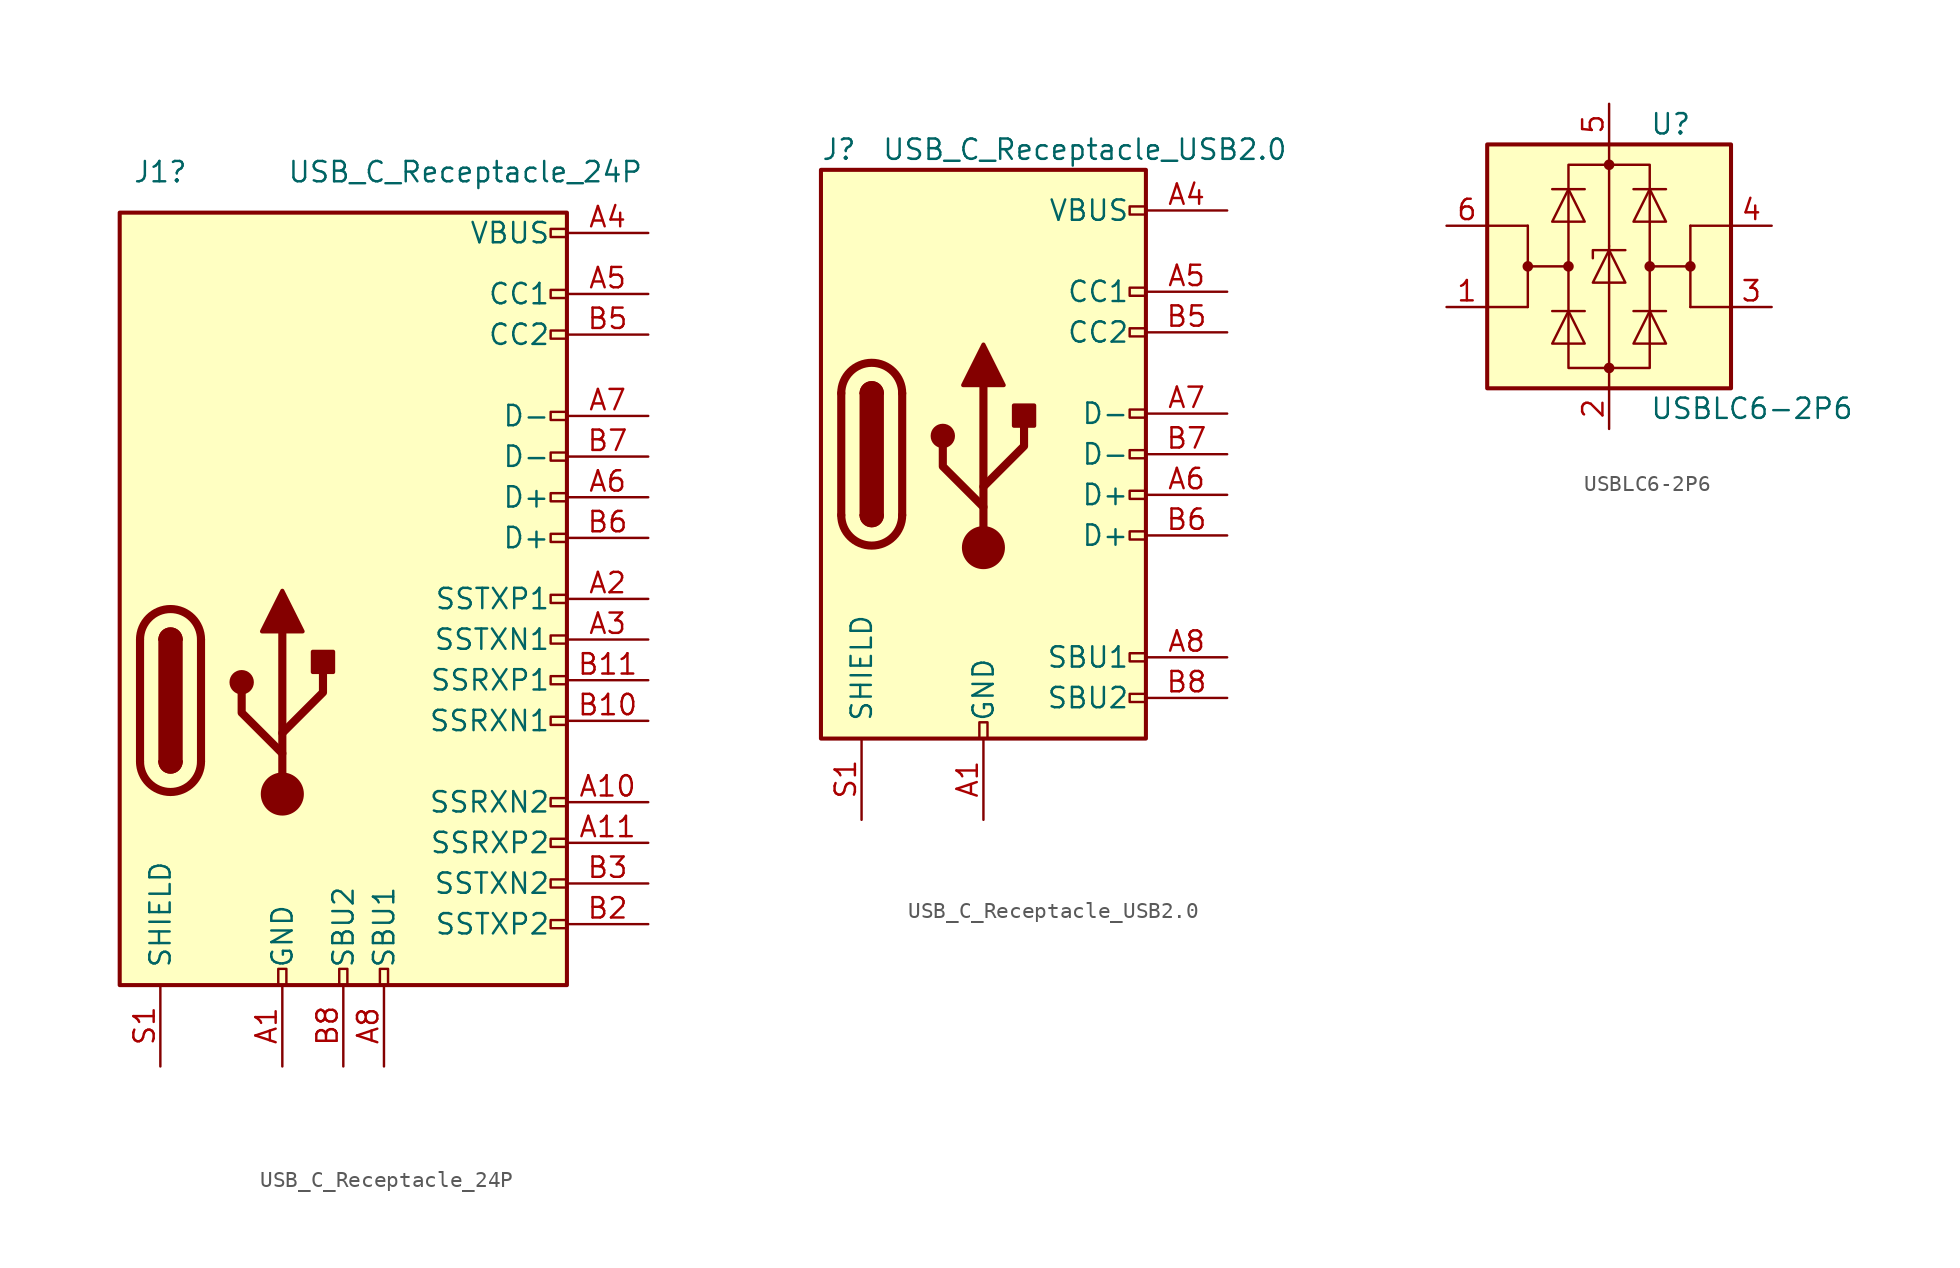
<source format=kicad_sym>
(kicad_symbol_lib
  (version 20220914)
  (generator kicad_symbol_editor)
  (symbol "USB_C_Receptacle_24P"
    (pin_names
      (offset 1.016))
    (property "Reference" "J1"
      (at -7.62 33.02 0)
      (effects (font (size 1.27 1.27))))
    (property "Value" "USB_C_Receptacle_24P"
      (at 11.43 33.02 0)
      (effects (font (size 1.27 1.27))))
    (symbol "USB_C_Receptacle_24P_0_0"
      (rectangle (start -0.254 -17.78) (end 0.254 -16.764) (stroke (width 0) (type default)) (fill (type none)))
      (rectangle (start 4.064 -17.78) (end 3.556 -16.764) (stroke (width 0) (type default)) (fill (type none)))
      (rectangle (start 6.604 -17.78) (end 6.096 -16.764) (stroke (width 0) (type default)) (fill (type none)))
      (rectangle (start 16.764 -13.716) (end 17.78 -14.224) (stroke (width 0) (type default)) (fill (type none)))
      (rectangle (start 16.764 -11.176) (end 17.78 -11.684) (stroke (width 0) (type default)) (fill (type none)))
      (rectangle (start 16.764 -8.636) (end 17.78 -9.144) (stroke (width 0) (type default)) (fill (type none)))
      (rectangle (start 16.764 -6.096) (end 17.78 -6.604) (stroke (width 0) (type default)) (fill (type none)))
      (rectangle (start 17.78 -1.016) (end 16.764 -1.524) (stroke (width 0) (type default)) (fill (type none)))
      (rectangle (start 17.78 1.524) (end 16.764 1.016) (stroke (width 0) (type default)) (fill (type none)))
      (rectangle (start 17.78 4.064) (end 16.764 3.556) (stroke (width 0) (type default)) (fill (type none)))
      (rectangle (start 17.78 6.604) (end 16.764 6.096) (stroke (width 0) (type default)) (fill (type none)))
      (rectangle (start 17.78 10.414) (end 16.764 9.906) (stroke (width 0) (type default)) (fill (type none)))
      (rectangle (start 17.78 12.954) (end 16.764 12.446) (stroke (width 0) (type default)) (fill (type none)))
      (rectangle (start 17.78 15.494) (end 16.764 14.986) (stroke (width 0) (type default)) (fill (type none)))
      (rectangle (start 17.78 18.034) (end 16.764 17.526) (stroke (width 0) (type default)) (fill (type none)))
      (rectangle (start 17.78 23.114) (end 16.764 22.606) (stroke (width 0) (type default)) (fill (type none)))
      (rectangle (start 17.78 25.654) (end 16.764 25.146) (stroke (width 0) (type default)) (fill (type none)))
      (rectangle (start 17.78 29.464) (end 16.764 28.956) (stroke (width 0) (type default)) (fill (type none))))
    (symbol "USB_C_Receptacle_24P_0_1"
      (rectangle (start -10.16 30.48) (end 17.78 -17.78) (stroke (width 0.254) (type default)) (fill (type background)))
      (arc (start -8.89 -3.81) (mid -6.985 -5.7067) (end -5.08 -3.81) (stroke (width 0.508) (type default)) (fill (type none)))
      (arc (start -7.62 -3.81) (mid -6.985 -4.4423) (end -6.35 -3.81) (stroke (width 0.254) (type default)) (fill (type none)))
      (arc (start -7.62 -3.81) (mid -6.985 -4.4423) (end -6.35 -3.81) (stroke (width 0.254) (type default)) (fill (type outline)))
      (rectangle (start -7.62 -3.81) (end -6.35 3.81) (stroke (width 0.254) (type default)) (fill (type outline)))
      (arc (start -6.35 3.81) (mid -6.985 4.4423) (end -7.62 3.81) (stroke (width 0.254) (type default)) (fill (type none)))
      (arc (start -6.35 3.81) (mid -6.985 4.4423) (end -7.62 3.81) (stroke (width 0.254) (type default)) (fill (type outline)))
      (arc (start -5.08 3.81) (mid -6.985 5.7067) (end -8.89 3.81) (stroke (width 0.508) (type default)) (fill (type none)))
      (circle (center -2.54 1.143) (radius 0.635) (stroke (width 0.254) (type default)) (fill (type outline)))
      (circle (center 0 -5.842) (radius 1.27) (stroke (width 0) (type default)) (fill (type outline)))
      (polyline (pts (xy -8.89 -3.81) (xy -8.89 3.81)) (stroke (width 0.508) (type default)) (fill (type none)))
      (polyline (pts (xy -5.08 3.81) (xy -5.08 -3.81)) (stroke (width 0.508) (type default)) (fill (type none)))
      (polyline (pts (xy 0 -5.842) (xy 0 4.318)) (stroke (width 0.508) (type default)) (fill (type none)))
      (polyline (pts (xy 0 -3.302) (xy -2.54 -0.762) (xy -2.54 0.508)) (stroke (width 0.508) (type default)) (fill (type none)))
      (polyline (pts (xy 0 -2.032) (xy 2.54 0.508) (xy 2.54 1.778)) (stroke (width 0.508) (type default)) (fill (type none)))
      (polyline (pts (xy -1.27 4.318) (xy 0 6.858) (xy 1.27 4.318) (xy -1.27 4.318)) (stroke (width 0.254) (type default)) (fill (type outline)))
      (rectangle (start 1.905 1.778) (end 3.175 3.048) (stroke (width 0.254) (type default)) (fill (type outline))))
    (symbol "USB_C_Receptacle_24P_1_1"
      (pin passive line (at 0 -22.86 90) (length 5.08) (name "GND" (effects (font (size 1.27 1.27)))) (number "A1" (effects (font (size 1.27 1.27)))))
      (pin bidirectional line (at 22.86 -6.35 180) (length 5.08) (name "SSRXN2" (effects (font (size 1.27 1.27)))) (number "A10" (effects (font (size 1.27 1.27)))))
      (pin bidirectional line (at 22.86 -8.89 180) (length 5.08) (name "SSRXP2" (effects (font (size 1.27 1.27)))) (number "A11" (effects (font (size 1.27 1.27)))))
      (pin passive line (at 0 -22.86 90) (length 5.08) hide (name "GND" (effects (font (size 1.27 1.27)))) (number "A12" (effects (font (size 1.27 1.27)))))
      (pin bidirectional line (at 22.86 6.35 180) (length 5.08) (name "SSTXP1" (effects (font (size 1.27 1.27)))) (number "A2" (effects (font (size 1.27 1.27)))))
      (pin bidirectional line (at 22.86 3.81 180) (length 5.08) (name "SSTXN1" (effects (font (size 1.27 1.27)))) (number "A3" (effects (font (size 1.27 1.27)))))
      (pin passive line (at 22.86 29.21 180) (length 5.08) (name "VBUS" (effects (font (size 1.27 1.27)))) (number "A4" (effects (font (size 1.27 1.27)))))
      (pin bidirectional line (at 22.86 25.4 180) (length 5.08) (name "CC1" (effects (font (size 1.27 1.27)))) (number "A5" (effects (font (size 1.27 1.27)))))
      (pin bidirectional line (at 22.86 12.7 180) (length 5.08) (name "D+" (effects (font (size 1.27 1.27)))) (number "A6" (effects (font (size 1.27 1.27)))))
      (pin bidirectional line (at 22.86 17.78 180) (length 5.08) (name "D-" (effects (font (size 1.27 1.27)))) (number "A7" (effects (font (size 1.27 1.27)))))
      (pin bidirectional line (at 6.35 -22.86 90) (length 5.08) (name "SBU1" (effects (font (size 1.27 1.27)))) (number "A8" (effects (font (size 1.27 1.27)))))
      (pin passive line (at 22.86 29.21 180) (length 5.08) hide (name "VBUS" (effects (font (size 1.27 1.27)))) (number "A9" (effects (font (size 1.27 1.27)))))
      (pin passive line (at 0 -22.86 90) (length 5.08) hide (name "GND" (effects (font (size 1.27 1.27)))) (number "B1" (effects (font (size 1.27 1.27)))))
      (pin bidirectional line (at 22.86 -1.27 180) (length 5.08) (name "SSRXN1" (effects (font (size 1.27 1.27)))) (number "B10" (effects (font (size 1.27 1.27)))))
      (pin bidirectional line (at 22.86 1.27 180) (length 5.08) (name "SSRXP1" (effects (font (size 1.27 1.27)))) (number "B11" (effects (font (size 1.27 1.27)))))
      (pin passive line (at 0 -22.86 90) (length 5.08) hide (name "GND" (effects (font (size 1.27 1.27)))) (number "B12" (effects (font (size 1.27 1.27)))))
      (pin bidirectional line (at 22.86 -13.97 180) (length 5.08) (name "SSTXP2" (effects (font (size 1.27 1.27)))) (number "B2" (effects (font (size 1.27 1.27)))))
      (pin bidirectional line (at 22.86 -11.43 180) (length 5.08) (name "SSTXN2" (effects (font (size 1.27 1.27)))) (number "B3" (effects (font (size 1.27 1.27)))))
      (pin passive line (at 22.86 29.21 180) (length 5.08) hide (name "VBUS" (effects (font (size 1.27 1.27)))) (number "B4" (effects (font (size 1.27 1.27)))))
      (pin bidirectional line (at 22.86 22.86 180) (length 5.08) (name "CC2" (effects (font (size 1.27 1.27)))) (number "B5" (effects (font (size 1.27 1.27)))))
      (pin bidirectional line (at 22.86 10.16 180) (length 5.08) (name "D+" (effects (font (size 1.27 1.27)))) (number "B6" (effects (font (size 1.27 1.27)))))
      (pin bidirectional line (at 22.86 15.24 180) (length 5.08) (name "D-" (effects (font (size 1.27 1.27)))) (number "B7" (effects (font (size 1.27 1.27)))))
      (pin bidirectional line (at 3.81 -22.86 90) (length 5.08) (name "SBU2" (effects (font (size 1.27 1.27)))) (number "B8" (effects (font (size 1.27 1.27)))))
      (pin passive line (at 22.86 29.21 180) (length 5.08) hide (name "VBUS" (effects (font (size 1.27 1.27)))) (number "B9" (effects (font (size 1.27 1.27)))))
      (pin passive line (at -7.62 -22.86 90) (length 5.08) (name "SHIELD" (effects (font (size 1.27 1.27)))) (number "S1" (effects (font (size 1.27 1.27)))))))
  (symbol "USB_C_Receptacle_USB2.0"
    (pin_names
      (offset 1.016))
    (property "Reference" "J"
      (at -10.16 19.05 0)
      (effects (font (size 1.27 1.27)) (justify left)))
    (property "Value" "USB_C_Receptacle_USB2.0"
      (at 19.05 19.05 0)
      (effects (font (size 1.27 1.27)) (justify right)))
    (symbol "USB_C_Receptacle_USB2.0_0_0"
      (rectangle (start -0.254 -17.78) (end 0.254 -16.764) (stroke (width 0) (type default)) (fill (type none)))
      (rectangle (start 10.16 -14.986) (end 9.144 -15.494) (stroke (width 0) (type default)) (fill (type none)))
      (rectangle (start 10.16 -12.446) (end 9.144 -12.954) (stroke (width 0) (type default)) (fill (type none)))
      (rectangle (start 10.16 -4.826) (end 9.144 -5.334) (stroke (width 0) (type default)) (fill (type none)))
      (rectangle (start 10.16 -2.286) (end 9.144 -2.794) (stroke (width 0) (type default)) (fill (type none)))
      (rectangle (start 10.16 0.254) (end 9.144 -0.254) (stroke (width 0) (type default)) (fill (type none)))
      (rectangle (start 10.16 2.794) (end 9.144 2.286) (stroke (width 0) (type default)) (fill (type none)))
      (rectangle (start 10.16 7.874) (end 9.144 7.366) (stroke (width 0) (type default)) (fill (type none)))
      (rectangle (start 10.16 10.414) (end 9.144 9.906) (stroke (width 0) (type default)) (fill (type none)))
      (rectangle (start 10.16 15.494) (end 9.144 14.986) (stroke (width 0) (type default)) (fill (type none))))
    (symbol "USB_C_Receptacle_USB2.0_0_1"
      (rectangle (start -10.16 17.78) (end 10.16 -17.78) (stroke (width 0.254) (type default)) (fill (type background)))
      (arc (start -8.89 -3.81) (mid -6.985 -5.7067) (end -5.08 -3.81) (stroke (width 0.508) (type default)) (fill (type none)))
      (arc (start -7.62 -3.81) (mid -6.985 -4.4423) (end -6.35 -3.81) (stroke (width 0.254) (type default)) (fill (type none)))
      (arc (start -7.62 -3.81) (mid -6.985 -4.4423) (end -6.35 -3.81) (stroke (width 0.254) (type default)) (fill (type outline)))
      (rectangle (start -7.62 -3.81) (end -6.35 3.81) (stroke (width 0.254) (type default)) (fill (type outline)))
      (arc (start -6.35 3.81) (mid -6.985 4.4423) (end -7.62 3.81) (stroke (width 0.254) (type default)) (fill (type none)))
      (arc (start -6.35 3.81) (mid -6.985 4.4423) (end -7.62 3.81) (stroke (width 0.254) (type default)) (fill (type outline)))
      (arc (start -5.08 3.81) (mid -6.985 5.7067) (end -8.89 3.81) (stroke (width 0.508) (type default)) (fill (type none)))
      (circle (center -2.54 1.143) (radius 0.635) (stroke (width 0.254) (type default)) (fill (type outline)))
      (circle (center 0 -5.842) (radius 1.27) (stroke (width 0) (type default)) (fill (type outline)))
      (polyline (pts (xy -8.89 -3.81) (xy -8.89 3.81)) (stroke (width 0.508) (type default)) (fill (type none)))
      (polyline (pts (xy -5.08 3.81) (xy -5.08 -3.81)) (stroke (width 0.508) (type default)) (fill (type none)))
      (polyline (pts (xy 0 -5.842) (xy 0 4.318)) (stroke (width 0.508) (type default)) (fill (type none)))
      (polyline (pts (xy 0 -3.302) (xy -2.54 -0.762) (xy -2.54 0.508)) (stroke (width 0.508) (type default)) (fill (type none)))
      (polyline (pts (xy 0 -2.032) (xy 2.54 0.508) (xy 2.54 1.778)) (stroke (width 0.508) (type default)) (fill (type none)))
      (polyline (pts (xy -1.27 4.318) (xy 0 6.858) (xy 1.27 4.318) (xy -1.27 4.318)) (stroke (width 0.254) (type default)) (fill (type outline)))
      (rectangle (start 1.905 1.778) (end 3.175 3.048) (stroke (width 0.254) (type default)) (fill (type outline))))
    (symbol "USB_C_Receptacle_USB2.0_1_1"
      (pin passive line (at 0 -22.86 90) (length 5.08) (name "GND" (effects (font (size 1.27 1.27)))) (number "A1" (effects (font (size 1.27 1.27)))))
      (pin power_in line (at 0 -22.86 90) (length 5.08) hide (name "GND" (effects (font (size 1.27 1.27)))) (number "A12" (effects (font (size 1.27 1.27)))))
      (pin passive line (at 15.24 15.24 180) (length 5.08) (name "VBUS" (effects (font (size 1.27 1.27)))) (number "A4" (effects (font (size 1.27 1.27)))))
      (pin bidirectional line (at 15.24 10.16 180) (length 5.08) (name "CC1" (effects (font (size 1.27 1.27)))) (number "A5" (effects (font (size 1.27 1.27)))))
      (pin bidirectional line (at 15.24 -2.54 180) (length 5.08) (name "D+" (effects (font (size 1.27 1.27)))) (number "A6" (effects (font (size 1.27 1.27)))))
      (pin bidirectional line (at 15.24 2.54 180) (length 5.08) (name "D-" (effects (font (size 1.27 1.27)))) (number "A7" (effects (font (size 1.27 1.27)))))
      (pin bidirectional line (at 15.24 -12.7 180) (length 5.08) (name "SBU1" (effects (font (size 1.27 1.27)))) (number "A8" (effects (font (size 1.27 1.27)))))
      (pin passive line (at 15.24 15.24 180) (length 5.08) hide (name "VBUS" (effects (font (size 1.27 1.27)))) (number "A9" (effects (font (size 1.27 1.27)))))
      (pin passive line (at 0 -22.86 90) (length 5.08) hide (name "GND" (effects (font (size 1.27 1.27)))) (number "B1" (effects (font (size 1.27 1.27)))))
      (pin passive line (at 0 -22.86 90) (length 5.08) hide (name "GND" (effects (font (size 1.27 1.27)))) (number "B12" (effects (font (size 1.27 1.27)))))
      (pin passive line (at 15.24 15.24 180) (length 5.08) hide (name "VBUS" (effects (font (size 1.27 1.27)))) (number "B4" (effects (font (size 1.27 1.27)))))
      (pin bidirectional line (at 15.24 7.62 180) (length 5.08) (name "CC2" (effects (font (size 1.27 1.27)))) (number "B5" (effects (font (size 1.27 1.27)))))
      (pin bidirectional line (at 15.24 -5.08 180) (length 5.08) (name "D+" (effects (font (size 1.27 1.27)))) (number "B6" (effects (font (size 1.27 1.27)))))
      (pin bidirectional line (at 15.24 0 180) (length 5.08) (name "D-" (effects (font (size 1.27 1.27)))) (number "B7" (effects (font (size 1.27 1.27)))))
      (pin bidirectional line (at 15.24 -15.24 180) (length 5.08) (name "SBU2" (effects (font (size 1.27 1.27)))) (number "B8" (effects (font (size 1.27 1.27)))))
      (pin passive line (at 15.24 15.24 180) (length 5.08) hide (name "VBUS" (effects (font (size 1.27 1.27)))) (number "B9" (effects (font (size 1.27 1.27)))))
      (pin passive line (at -7.62 -22.86 90) (length 5.08) (name "SHIELD" (effects (font (size 1.27 1.27)))) (number "S1" (effects (font (size 1.27 1.27)))))))
  (symbol "USBLC6-2P6"
    (pin_names hide)
    (property "Reference" "U"
      (at 2.54 8.89 0)
      (effects (font (size 1.27 1.27)) (justify left)))
    (property "Value" "USBLC6-2P6"
      (at 2.54 -8.89 0)
      (effects (font (size 1.27 1.27)) (justify left)))
    (symbol "USBLC6-2P6_0_1"
      (rectangle (start -7.62 -7.62) (end 7.62 7.62) (stroke (width 0.254) (type default)) (fill (type background)))
      (circle (center -5.08 0) (radius 0.254) (stroke (width 0) (type default)) (fill (type outline)))
      (circle (center -2.54 0) (radius 0.254) (stroke (width 0) (type default)) (fill (type outline)))
      (rectangle (start -2.54 6.35) (end 2.54 -6.35) (stroke (width 0) (type default)) (fill (type none)))
      (circle (center 0 -6.35) (radius 0.254) (stroke (width 0) (type default)) (fill (type outline)))
      (polyline (pts (xy -5.08 -2.54) (xy -7.62 -2.54)) (stroke (width 0) (type default)) (fill (type none)))
      (polyline (pts (xy -5.08 0) (xy -5.08 -2.54)) (stroke (width 0) (type default)) (fill (type none)))
      (polyline (pts (xy -5.08 2.54) (xy -7.62 2.54)) (stroke (width 0) (type default)) (fill (type none)))
      (polyline (pts (xy -1.524 -2.794) (xy -3.556 -2.794)) (stroke (width 0) (type default)) (fill (type none)))
      (polyline (pts (xy -1.524 4.826) (xy -3.556 4.826)) (stroke (width 0) (type default)) (fill (type none)))
      (polyline (pts (xy 0 -7.62) (xy 0 -6.35)) (stroke (width 0) (type default)) (fill (type none)))
      (polyline (pts (xy 0 -6.35) (xy 0 1.27)) (stroke (width 0) (type default)) (fill (type none)))
      (polyline (pts (xy 0 1.27) (xy 0 6.35)) (stroke (width 0) (type default)) (fill (type none)))
      (polyline (pts (xy 0 6.35) (xy 0 7.62)) (stroke (width 0) (type default)) (fill (type none)))
      (polyline (pts (xy 1.524 -2.794) (xy 3.556 -2.794)) (stroke (width 0) (type default)) (fill (type none)))
      (polyline (pts (xy 1.524 4.826) (xy 3.556 4.826)) (stroke (width 0) (type default)) (fill (type none)))
      (polyline (pts (xy 5.08 -2.54) (xy 7.62 -2.54)) (stroke (width 0) (type default)) (fill (type none)))
      (polyline (pts (xy 5.08 0) (xy 5.08 -2.54)) (stroke (width 0) (type default)) (fill (type none)))
      (polyline (pts (xy 5.08 2.54) (xy 7.62 2.54)) (stroke (width 0) (type default)) (fill (type none)))
      (polyline (pts (xy -2.54 0) (xy -5.08 0) (xy -5.08 2.54)) (stroke (width 0) (type default)) (fill (type none)))
      (polyline (pts (xy 2.54 0) (xy 5.08 0) (xy 5.08 2.54)) (stroke (width 0) (type default)) (fill (type none)))
      (polyline (pts (xy -3.556 -4.826) (xy -1.524 -4.826) (xy -2.54 -2.794) (xy -3.556 -4.826)) (stroke (width 0) (type default)) (fill (type none)))
      (polyline (pts (xy -3.556 2.794) (xy -1.524 2.794) (xy -2.54 4.826) (xy -3.556 2.794)) (stroke (width 0) (type default)) (fill (type none)))
      (polyline (pts (xy -1.016 -1.016) (xy 1.016 -1.016) (xy 0 1.016) (xy -1.016 -1.016)) (stroke (width 0) (type default)) (fill (type none)))
      (polyline (pts (xy 1.016 1.016) (xy 0.762 1.016) (xy -1.016 1.016) (xy -1.016 0.508)) (stroke (width 0) (type default)) (fill (type none)))
      (polyline (pts (xy 3.556 -4.826) (xy 1.524 -4.826) (xy 2.54 -2.794) (xy 3.556 -4.826)) (stroke (width 0) (type default)) (fill (type none)))
      (polyline (pts (xy 3.556 2.794) (xy 1.524 2.794) (xy 2.54 4.826) (xy 3.556 2.794)) (stroke (width 0) (type default)) (fill (type none)))
      (circle (center 0 6.35) (radius 0.254) (stroke (width 0) (type default)) (fill (type outline)))
      (circle (center 2.54 0) (radius 0.254) (stroke (width 0) (type default)) (fill (type outline)))
      (circle (center 5.08 0) (radius 0.254) (stroke (width 0) (type default)) (fill (type outline))))
    (symbol "USBLC6-2P6_1_1"
      (pin passive line (at -10.16 -2.54 0) (length 2.54) (name "I/O1" (effects (font (size 1.27 1.27)))) (number "1" (effects (font (size 1.27 1.27)))))
      (pin power_in line (at 0 -10.16 90) (length 2.54) (name "GND" (effects (font (size 1.27 1.27)))) (number "2" (effects (font (size 1.27 1.27)))))
      (pin passive line (at 10.16 -2.54 180) (length 2.54) (name "I/O2" (effects (font (size 1.27 1.27)))) (number "3" (effects (font (size 1.27 1.27)))))
      (pin passive line (at 10.16 2.54 180) (length 2.54) (name "I/O2" (effects (font (size 1.27 1.27)))) (number "4" (effects (font (size 1.27 1.27)))))
      (pin power_in line (at 0 10.16 270) (length 2.54) (name "VBUS" (effects (font (size 1.27 1.27)))) (number "5" (effects (font (size 1.27 1.27)))))
      (pin passive line (at -10.16 2.54 0) (length 2.54) (name "I/O1" (effects (font (size 1.27 1.27)))) (number "6" (effects (font (size 1.27 1.27))))))))
</source>
